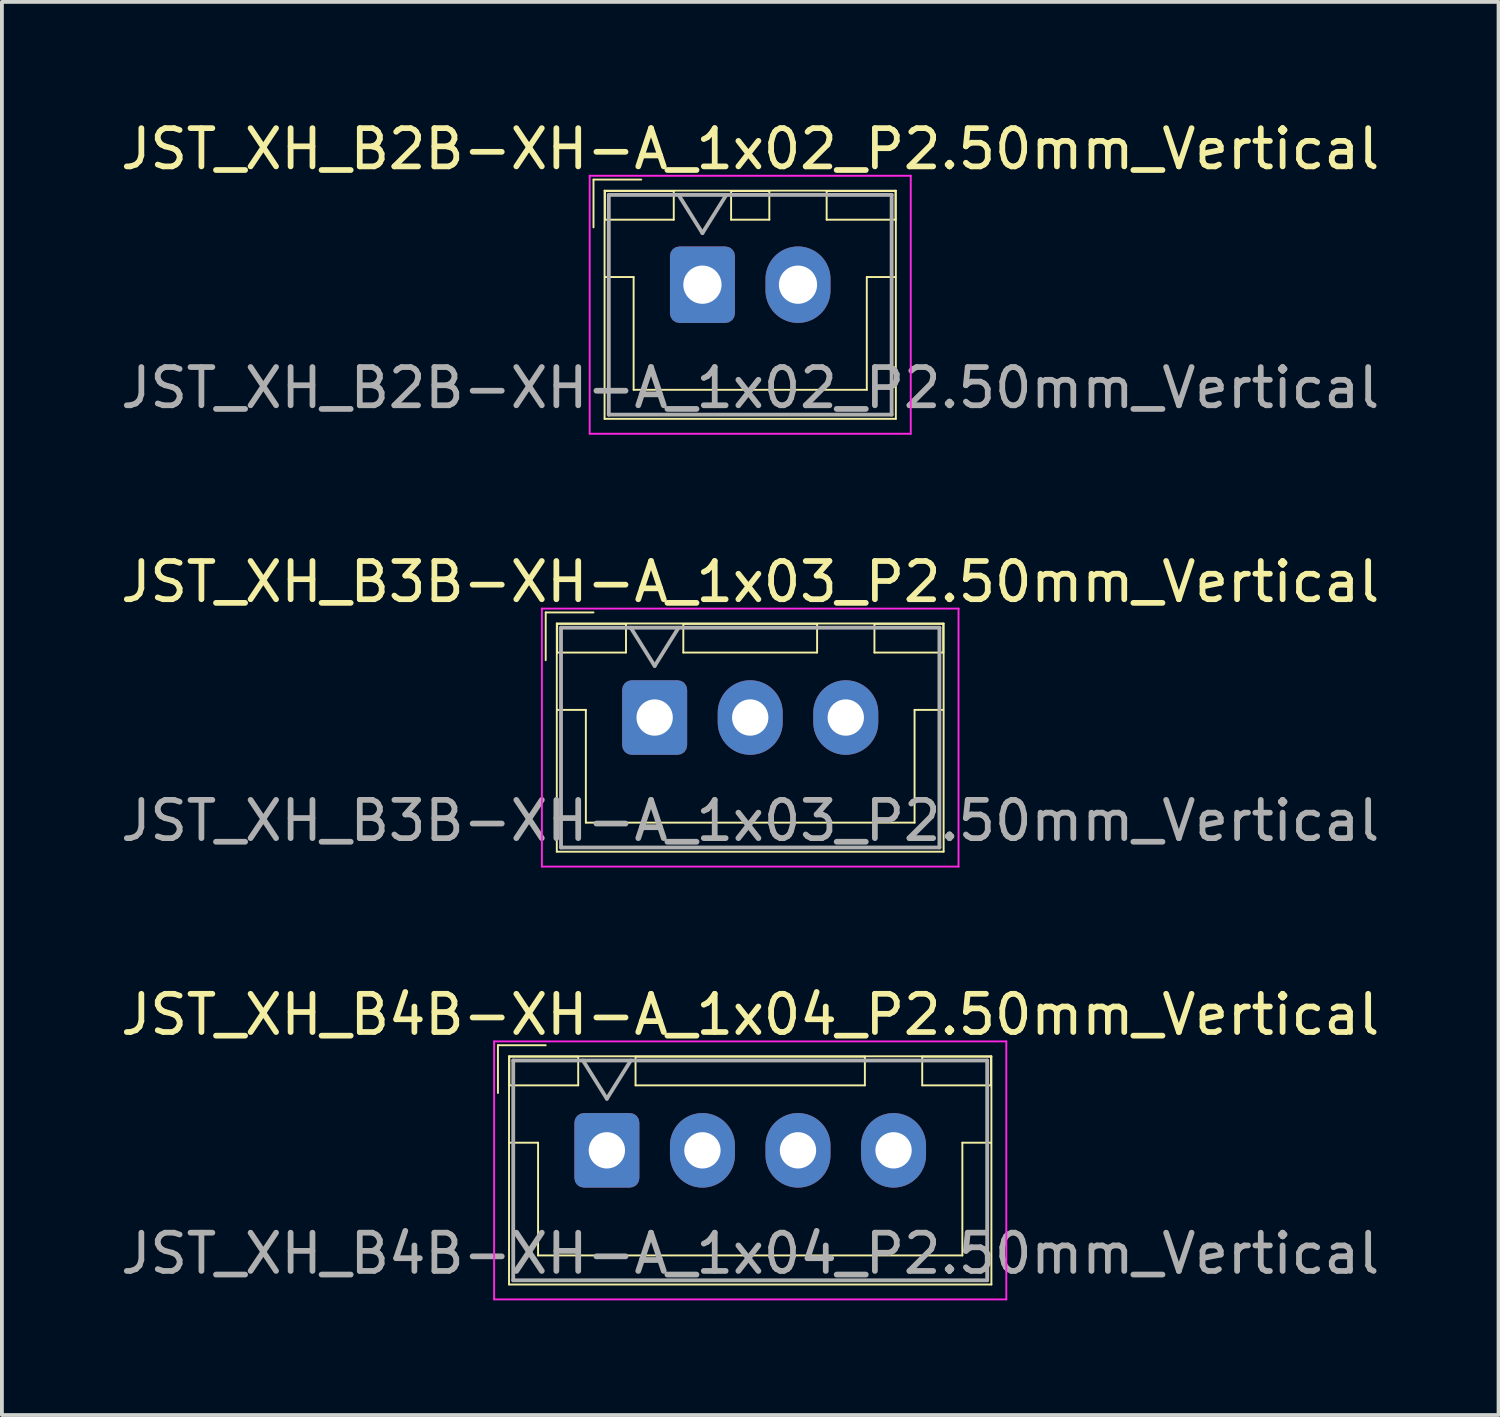
<source format=kicad_pcb>
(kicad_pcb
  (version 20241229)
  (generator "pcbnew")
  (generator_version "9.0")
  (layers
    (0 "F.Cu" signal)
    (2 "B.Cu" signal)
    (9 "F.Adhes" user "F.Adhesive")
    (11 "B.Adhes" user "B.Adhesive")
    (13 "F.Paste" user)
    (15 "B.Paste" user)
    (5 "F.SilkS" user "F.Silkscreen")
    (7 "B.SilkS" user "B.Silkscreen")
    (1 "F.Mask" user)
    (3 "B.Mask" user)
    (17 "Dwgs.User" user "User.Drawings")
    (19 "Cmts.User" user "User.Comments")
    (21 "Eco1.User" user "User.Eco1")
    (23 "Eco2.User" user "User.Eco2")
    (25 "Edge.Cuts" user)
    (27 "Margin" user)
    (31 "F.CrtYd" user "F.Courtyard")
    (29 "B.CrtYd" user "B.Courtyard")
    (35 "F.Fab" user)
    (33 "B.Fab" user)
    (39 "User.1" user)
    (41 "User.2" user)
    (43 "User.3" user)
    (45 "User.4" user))
  (footprint "JST_XH_B4B-XH-A_1x04_P2.50mm_Vertical"
    (layer "F.Cu")
    (at 12.827 27.045)
    (property "Reference" "JST_XH_B4B-XH-A_1x04_P2.50mm_Vertical" (at 3.75 -3.55 0) (layer "F.SilkS") (effects (font (size 1 1) (thickness 0.15))))
    (attr through_hole)
    (fp_line (start -2.85 -2.75) (end -2.85 -1.5) (stroke (width 0.05) (type solid)) (layer "F.SilkS"))
    (fp_line (start -2.56 -2.46) (end -2.56 3.51) (stroke (width 0.05) (type solid)) (layer "F.SilkS"))
    (fp_line (start -2.56 3.51) (end 10.06 3.51) (stroke (width 0.05) (type solid)) (layer "F.SilkS"))
    (fp_line (start -2.55 -2.45) (end -2.55 -1.7) (stroke (width 0.05) (type solid)) (layer "F.SilkS"))
    (fp_line (start -2.55 -1.7) (end -0.75 -1.7) (stroke (width 0.05) (type solid)) (layer "F.SilkS"))
    (fp_line (start -2.55 -0.2) (end -1.8 -0.2) (stroke (width 0.05) (type solid)) (layer "F.SilkS"))
    (fp_line (start -1.8 -0.2) (end -1.8 2.75) (stroke (width 0.05) (type solid)) (layer "F.SilkS"))
    (fp_line (start -1.8 2.75) (end 3.75 2.75) (stroke (width 0.05) (type solid)) (layer "F.SilkS"))
    (fp_line (start -1.6 -2.75) (end -2.85 -2.75) (stroke (width 0.05) (type solid)) (layer "F.SilkS"))
    (fp_line (start -0.75 -2.45) (end -2.55 -2.45) (stroke (width 0.05) (type solid)) (layer "F.SilkS"))
    (fp_line (start -0.75 -1.7) (end -0.75 -2.45) (stroke (width 0.05) (type solid)) (layer "F.SilkS"))
    (fp_line (start 0.75 -2.45) (end 0.75 -1.7) (stroke (width 0.05) (type solid)) (layer "F.SilkS"))
    (fp_line (start 0.75 -1.7) (end 6.75 -1.7) (stroke (width 0.05) (type solid)) (layer "F.SilkS"))
    (fp_line (start 6.75 -2.45) (end 0.75 -2.45) (stroke (width 0.05) (type solid)) (layer "F.SilkS"))
    (fp_line (start 6.75 -1.7) (end 6.75 -2.45) (stroke (width 0.05) (type solid)) (layer "F.SilkS"))
    (fp_line (start 8.25 -2.45) (end 8.25 -1.7) (stroke (width 0.05) (type solid)) (layer "F.SilkS"))
    (fp_line (start 8.25 -1.7) (end 10.05 -1.7) (stroke (width 0.05) (type solid)) (layer "F.SilkS"))
    (fp_line (start 9.3 -0.2) (end 9.3 2.75) (stroke (width 0.05) (type solid)) (layer "F.SilkS"))
    (fp_line (start 9.3 2.75) (end 3.75 2.75) (stroke (width 0.05) (type solid)) (layer "F.SilkS"))
    (fp_line (start 10.05 -2.45) (end 8.25 -2.45) (stroke (width 0.05) (type solid)) (layer "F.SilkS"))
    (fp_line (start 10.05 -1.7) (end 10.05 -2.45) (stroke (width 0.05) (type solid)) (layer "F.SilkS"))
    (fp_line (start 10.05 -0.2) (end 9.3 -0.2) (stroke (width 0.05) (type solid)) (layer "F.SilkS"))
    (fp_line (start 10.06 -2.46) (end -2.56 -2.46) (stroke (width 0.05) (type solid)) (layer "F.SilkS"))
    (fp_line (start 10.06 3.51) (end 10.06 -2.46) (stroke (width 0.05) (type solid)) (layer "F.SilkS"))
    (fp_line (start -2.95 -2.85) (end -2.95 3.9) (stroke (width 0.05) (type solid)) (layer "F.CrtYd"))
    (fp_line (start -2.95 3.9) (end 10.45 3.9) (stroke (width 0.05) (type solid)) (layer "F.CrtYd"))
    (fp_line (start 10.45 -2.85) (end -2.95 -2.85) (stroke (width 0.05) (type solid)) (layer "F.CrtYd"))
    (fp_line (start 10.45 3.9) (end 10.45 -2.85) (stroke (width 0.05) (type solid)) (layer "F.CrtYd"))
    (fp_line (start -2.45 -2.35) (end -2.45 3.4) (stroke (width 0.1) (type solid)) (layer "F.Fab"))
    (fp_line (start -2.45 3.4) (end 9.95 3.4) (stroke (width 0.1) (type solid)) (layer "F.Fab"))
    (fp_line (start -0.625 -2.35) (end 0 -1.35) (stroke (width 0.1) (type solid)) (layer "F.Fab"))
    (fp_line (start 0 -1.35) (end 0.625 -2.35) (stroke (width 0.1) (type solid)) (layer "F.Fab"))
    (fp_line (start 9.95 -2.35) (end -2.45 -2.35) (stroke (width 0.1) (type solid)) (layer "F.Fab"))
    (fp_line (start 9.95 3.4) (end 9.95 -2.35) (stroke (width 0.1) (type solid)) (layer "F.Fab"))
    (fp_text user "${REFERENCE}" (at 3.75 2.7 0) (layer "F.Fab") (effects (font (size 1 1) (thickness 0.15))))
    (pad "1" thru_hole roundrect (at 0 0) (size 1.7 1.95) (drill 0.95) (layers "*.Cu" "*.Mask") (roundrect_rratio 0.147))
    (pad "2" thru_hole oval (at 2.5 0) (size 1.7 1.95) (drill 0.95) (layers "*.Cu" "*.Mask"))
    (pad "3" thru_hole oval (at 5 0) (size 1.7 1.95) (drill 0.95) (layers "*.Cu" "*.Mask"))
    (pad "4" thru_hole oval (at 7.5 0) (size 1.7 1.95) (drill 0.95) (layers "*.Cu" "*.Mask")))
  (footprint "JST_XH_B2B-XH-A_1x02_P2.50mm_Vertical"
    (layer "F.Cu")
    (at 15.327 4.398)
    (property "Reference" "JST_XH_B2B-XH-A_1x02_P2.50mm_Vertical" (at 1.25 -3.55 0) (layer "F.SilkS") (effects (font (size 1 1) (thickness 0.15))))
    (attr through_hole)
    (fp_line (start -2.85 -2.75) (end -2.85 -1.5) (stroke (width 0.05) (type solid)) (layer "F.SilkS"))
    (fp_line (start -2.56 -2.46) (end -2.56 3.51) (stroke (width 0.05) (type solid)) (layer "F.SilkS"))
    (fp_line (start -2.56 3.51) (end 5.06 3.51) (stroke (width 0.05) (type solid)) (layer "F.SilkS"))
    (fp_line (start -2.55 -2.45) (end -2.55 -1.7) (stroke (width 0.05) (type solid)) (layer "F.SilkS"))
    (fp_line (start -2.55 -1.7) (end -0.75 -1.7) (stroke (width 0.05) (type solid)) (layer "F.SilkS"))
    (fp_line (start -2.55 -0.2) (end -1.8 -0.2) (stroke (width 0.05) (type solid)) (layer "F.SilkS"))
    (fp_line (start -1.8 -0.2) (end -1.8 2.75) (stroke (width 0.05) (type solid)) (layer "F.SilkS"))
    (fp_line (start -1.8 2.75) (end 1.25 2.75) (stroke (width 0.05) (type solid)) (layer "F.SilkS"))
    (fp_line (start -1.6 -2.75) (end -2.85 -2.75) (stroke (width 0.05) (type solid)) (layer "F.SilkS"))
    (fp_line (start -0.75 -2.45) (end -2.55 -2.45) (stroke (width 0.05) (type solid)) (layer "F.SilkS"))
    (fp_line (start -0.75 -1.7) (end -0.75 -2.45) (stroke (width 0.05) (type solid)) (layer "F.SilkS"))
    (fp_line (start 0.75 -2.45) (end 0.75 -1.7) (stroke (width 0.05) (type solid)) (layer "F.SilkS"))
    (fp_line (start 0.75 -1.7) (end 1.75 -1.7) (stroke (width 0.05) (type solid)) (layer "F.SilkS"))
    (fp_line (start 1.75 -2.45) (end 0.75 -2.45) (stroke (width 0.05) (type solid)) (layer "F.SilkS"))
    (fp_line (start 1.75 -1.7) (end 1.75 -2.45) (stroke (width 0.05) (type solid)) (layer "F.SilkS"))
    (fp_line (start 3.25 -2.45) (end 3.25 -1.7) (stroke (width 0.05) (type solid)) (layer "F.SilkS"))
    (fp_line (start 3.25 -1.7) (end 5.05 -1.7) (stroke (width 0.05) (type solid)) (layer "F.SilkS"))
    (fp_line (start 4.3 -0.2) (end 4.3 2.75) (stroke (width 0.05) (type solid)) (layer "F.SilkS"))
    (fp_line (start 4.3 2.75) (end 1.25 2.75) (stroke (width 0.05) (type solid)) (layer "F.SilkS"))
    (fp_line (start 5.05 -2.45) (end 3.25 -2.45) (stroke (width 0.05) (type solid)) (layer "F.SilkS"))
    (fp_line (start 5.05 -1.7) (end 5.05 -2.45) (stroke (width 0.05) (type solid)) (layer "F.SilkS"))
    (fp_line (start 5.05 -0.2) (end 4.3 -0.2) (stroke (width 0.05) (type solid)) (layer "F.SilkS"))
    (fp_line (start 5.06 -2.46) (end -2.56 -2.46) (stroke (width 0.05) (type solid)) (layer "F.SilkS"))
    (fp_line (start 5.06 3.51) (end 5.06 -2.46) (stroke (width 0.05) (type solid)) (layer "F.SilkS"))
    (fp_line (start -2.95 -2.85) (end -2.95 3.9) (stroke (width 0.05) (type solid)) (layer "F.CrtYd"))
    (fp_line (start -2.95 3.9) (end 5.45 3.9) (stroke (width 0.05) (type solid)) (layer "F.CrtYd"))
    (fp_line (start 5.45 -2.85) (end -2.95 -2.85) (stroke (width 0.05) (type solid)) (layer "F.CrtYd"))
    (fp_line (start 5.45 3.9) (end 5.45 -2.85) (stroke (width 0.05) (type solid)) (layer "F.CrtYd"))
    (fp_line (start -2.45 -2.35) (end -2.45 3.4) (stroke (width 0.1) (type solid)) (layer "F.Fab"))
    (fp_line (start -2.45 3.4) (end 4.95 3.4) (stroke (width 0.1) (type solid)) (layer "F.Fab"))
    (fp_line (start -0.625 -2.35) (end 0 -1.35) (stroke (width 0.1) (type solid)) (layer "F.Fab"))
    (fp_line (start 0 -1.35) (end 0.625 -2.35) (stroke (width 0.1) (type solid)) (layer "F.Fab"))
    (fp_line (start 4.95 -2.35) (end -2.45 -2.35) (stroke (width 0.1) (type solid)) (layer "F.Fab"))
    (fp_line (start 4.95 3.4) (end 4.95 -2.35) (stroke (width 0.1) (type solid)) (layer "F.Fab"))
    (fp_text user "${REFERENCE}" (at 1.25 2.7 0) (layer "F.Fab") (effects (font (size 1 1) (thickness 0.15))))
    (pad "1" thru_hole roundrect (at 0 0) (size 1.7 2) (drill 1) (layers "*.Cu" "*.Mask") (roundrect_rratio 0.147))
    (pad "2" thru_hole oval (at 2.5 0) (size 1.7 2) (drill 1) (layers "*.Cu" "*.Mask")))
  (footprint "JST_XH_B3B-XH-A_1x03_P2.50mm_Vertical"
    (layer "F.Cu")
    (at 14.077 15.722)
    (property "Reference" "JST_XH_B3B-XH-A_1x03_P2.50mm_Vertical" (at 2.5 -3.55 0) (layer "F.SilkS") (effects (font (size 1 1) (thickness 0.15))))
    (attr through_hole)
    (fp_line (start -2.85 -2.75) (end -2.85 -1.5) (stroke (width 0.05) (type solid)) (layer "F.SilkS"))
    (fp_line (start -2.56 -2.46) (end -2.56 3.51) (stroke (width 0.05) (type solid)) (layer "F.SilkS"))
    (fp_line (start -2.56 3.51) (end 7.56 3.51) (stroke (width 0.05) (type solid)) (layer "F.SilkS"))
    (fp_line (start -2.55 -2.45) (end -2.55 -1.7) (stroke (width 0.05) (type solid)) (layer "F.SilkS"))
    (fp_line (start -2.55 -1.7) (end -0.75 -1.7) (stroke (width 0.05) (type solid)) (layer "F.SilkS"))
    (fp_line (start -2.55 -0.2) (end -1.8 -0.2) (stroke (width 0.05) (type solid)) (layer "F.SilkS"))
    (fp_line (start -1.8 -0.2) (end -1.8 2.75) (stroke (width 0.05) (type solid)) (layer "F.SilkS"))
    (fp_line (start -1.8 2.75) (end 2.5 2.75) (stroke (width 0.05) (type solid)) (layer "F.SilkS"))
    (fp_line (start -1.6 -2.75) (end -2.85 -2.75) (stroke (width 0.05) (type solid)) (layer "F.SilkS"))
    (fp_line (start -0.75 -2.45) (end -2.55 -2.45) (stroke (width 0.05) (type solid)) (layer "F.SilkS"))
    (fp_line (start -0.75 -1.7) (end -0.75 -2.45) (stroke (width 0.05) (type solid)) (layer "F.SilkS"))
    (fp_line (start 0.75 -2.45) (end 0.75 -1.7) (stroke (width 0.05) (type solid)) (layer "F.SilkS"))
    (fp_line (start 0.75 -1.7) (end 4.25 -1.7) (stroke (width 0.05) (type solid)) (layer "F.SilkS"))
    (fp_line (start 4.25 -2.45) (end 0.75 -2.45) (stroke (width 0.05) (type solid)) (layer "F.SilkS"))
    (fp_line (start 4.25 -1.7) (end 4.25 -2.45) (stroke (width 0.05) (type solid)) (layer "F.SilkS"))
    (fp_line (start 5.75 -2.45) (end 5.75 -1.7) (stroke (width 0.05) (type solid)) (layer "F.SilkS"))
    (fp_line (start 5.75 -1.7) (end 7.55 -1.7) (stroke (width 0.05) (type solid)) (layer "F.SilkS"))
    (fp_line (start 6.8 -0.2) (end 6.8 2.75) (stroke (width 0.05) (type solid)) (layer "F.SilkS"))
    (fp_line (start 6.8 2.75) (end 2.5 2.75) (stroke (width 0.05) (type solid)) (layer "F.SilkS"))
    (fp_line (start 7.55 -2.45) (end 5.75 -2.45) (stroke (width 0.05) (type solid)) (layer "F.SilkS"))
    (fp_line (start 7.55 -1.7) (end 7.55 -2.45) (stroke (width 0.05) (type solid)) (layer "F.SilkS"))
    (fp_line (start 7.55 -0.2) (end 6.8 -0.2) (stroke (width 0.05) (type solid)) (layer "F.SilkS"))
    (fp_line (start 7.56 -2.46) (end -2.56 -2.46) (stroke (width 0.05) (type solid)) (layer "F.SilkS"))
    (fp_line (start 7.56 3.51) (end 7.56 -2.46) (stroke (width 0.05) (type solid)) (layer "F.SilkS"))
    (fp_line (start -2.95 -2.85) (end -2.95 3.9) (stroke (width 0.05) (type solid)) (layer "F.CrtYd"))
    (fp_line (start -2.95 3.9) (end 7.95 3.9) (stroke (width 0.05) (type solid)) (layer "F.CrtYd"))
    (fp_line (start 7.95 -2.85) (end -2.95 -2.85) (stroke (width 0.05) (type solid)) (layer "F.CrtYd"))
    (fp_line (start 7.95 3.9) (end 7.95 -2.85) (stroke (width 0.05) (type solid)) (layer "F.CrtYd"))
    (fp_line (start -2.45 -2.35) (end -2.45 3.4) (stroke (width 0.1) (type solid)) (layer "F.Fab"))
    (fp_line (start -2.45 3.4) (end 7.45 3.4) (stroke (width 0.1) (type solid)) (layer "F.Fab"))
    (fp_line (start -0.625 -2.35) (end 0 -1.35) (stroke (width 0.1) (type solid)) (layer "F.Fab"))
    (fp_line (start 0 -1.35) (end 0.625 -2.35) (stroke (width 0.1) (type solid)) (layer "F.Fab"))
    (fp_line (start 7.45 -2.35) (end -2.45 -2.35) (stroke (width 0.1) (type solid)) (layer "F.Fab"))
    (fp_line (start 7.45 3.4) (end 7.45 -2.35) (stroke (width 0.1) (type solid)) (layer "F.Fab"))
    (fp_text user "${REFERENCE}" (at 2.5 2.7 0) (layer "F.Fab") (effects (font (size 1 1) (thickness 0.15))))
    (pad "1" thru_hole roundrect (at 0 0) (size 1.7 1.95) (drill 0.95) (layers "*.Cu" "*.Mask") (roundrect_rratio 0.147))
    (pad "2" thru_hole oval (at 2.5 0) (size 1.7 1.95) (drill 0.95) (layers "*.Cu" "*.Mask"))
    (pad "3" thru_hole oval (at 5 0) (size 1.7 1.95) (drill 0.95) (layers "*.Cu" "*.Mask")))
  (gr_rect
    (start -3 -3)
    (end 36.155 33.97)
    (stroke (width 0.1) (type default))
    (fill no)
    (layer "Edge.Cuts")))
</source>
